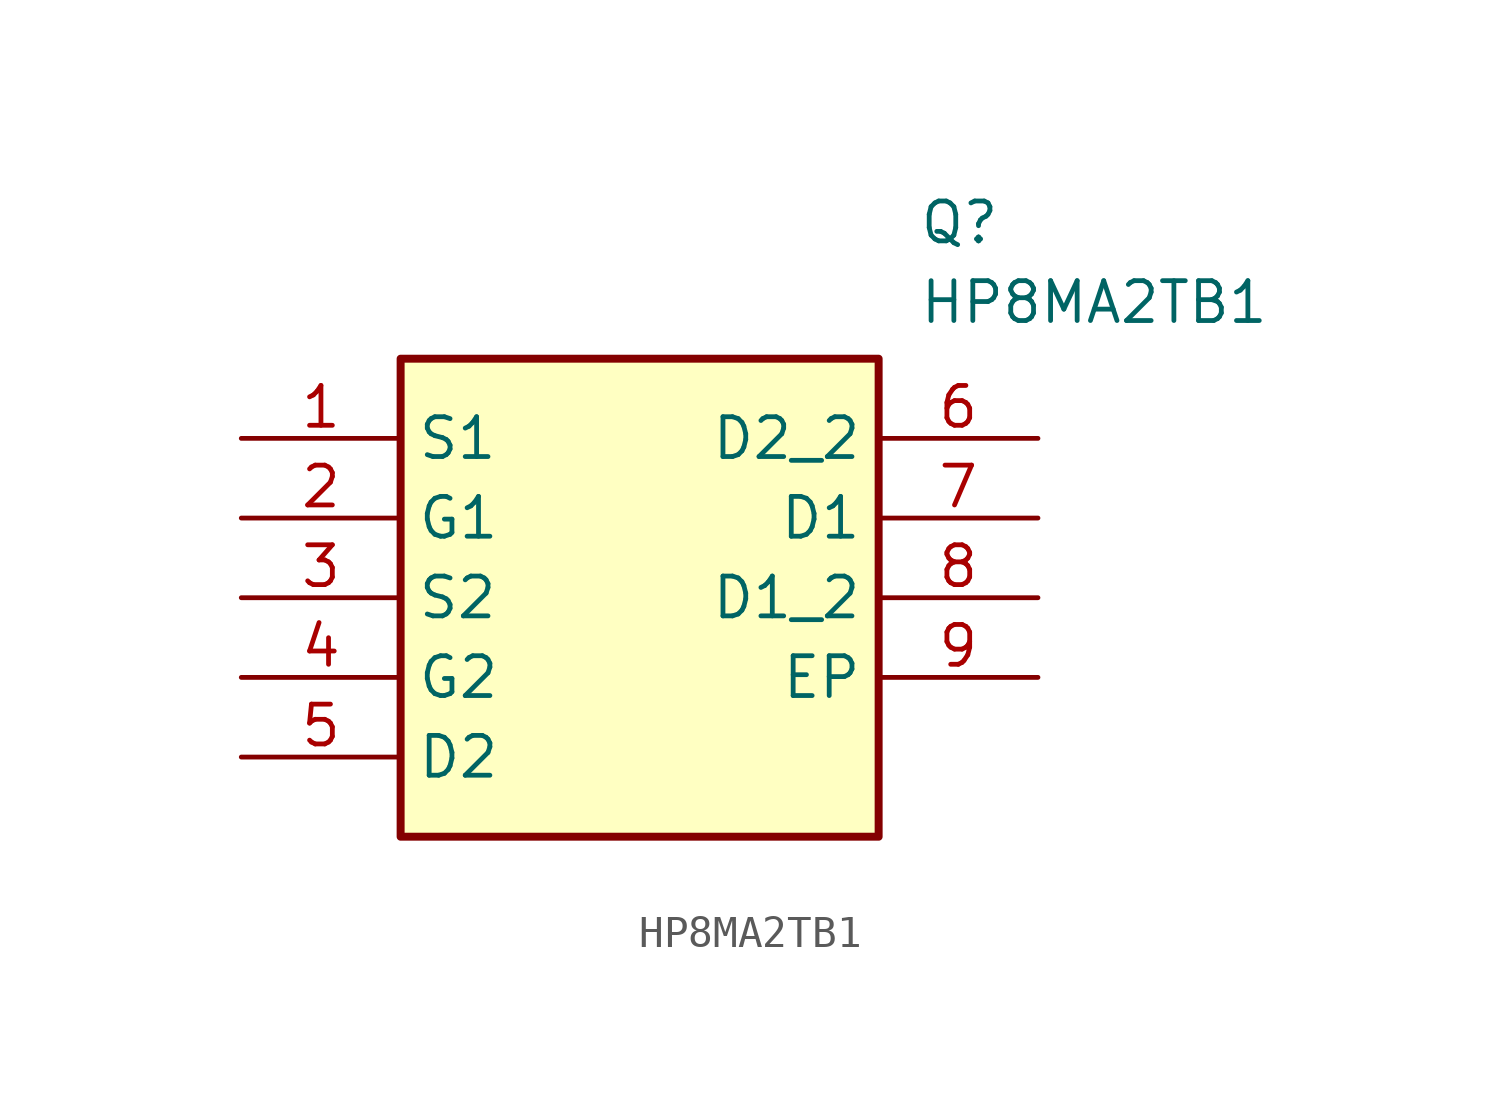
<source format=kicad_sym>
(kicad_symbol_lib
  (version 20211014)
  (generator SamacSys_ECAD_Model)
  (symbol "HP8MA2TB1"
    (property "Reference" "Q"
      (at 21.59 7.62 0)
      (effects (font (size 1.27 1.27)) (justify left top)))
    (property "Value" "HP8MA2TB1"
      (at 21.59 5.08 0)
      (effects (font (size 1.27 1.27)) (justify left top)))
    (rectangle
      (start 5.08 2.54)
      (end 20.32 -12.7)
      (stroke (width 0.254) (type default))
      (fill (type background)))
    (pin passive line
      (at 0 0 0)
      (length 5.08)
      (name "S1" (effects (font (size 1.27 1.27))))
      (number "1" (effects (font (size 1.27 1.27)))))
    (pin passive line
      (at 0 -2.54 0)
      (length 5.08)
      (name "G1" (effects (font (size 1.27 1.27))))
      (number "2" (effects (font (size 1.27 1.27)))))
    (pin passive line
      (at 0 -5.08 0)
      (length 5.08)
      (name "S2" (effects (font (size 1.27 1.27))))
      (number "3" (effects (font (size 1.27 1.27)))))
    (pin passive line
      (at 0 -7.62 0)
      (length 5.08)
      (name "G2" (effects (font (size 1.27 1.27))))
      (number "4" (effects (font (size 1.27 1.27)))))
    (pin passive line
      (at 0 -10.16 0)
      (length 5.08)
      (name "D2" (effects (font (size 1.27 1.27))))
      (number "5" (effects (font (size 1.27 1.27)))))
    (pin passive line
      (at 25.4 0 180)
      (length 5.08)
      (name "D2_2" (effects (font (size 1.27 1.27))))
      (number "6" (effects (font (size 1.27 1.27)))))
    (pin passive line
      (at 25.4 -2.54 180)
      (length 5.08)
      (name "D1" (effects (font (size 1.27 1.27))))
      (number "7" (effects (font (size 1.27 1.27)))))
    (pin passive line
      (at 25.4 -5.08 180)
      (length 5.08)
      (name "D1_2" (effects (font (size 1.27 1.27))))
      (number "8" (effects (font (size 1.27 1.27)))))
    (pin passive line
      (at 25.4 -7.62 180)
      (length 5.08)
      (name "EP" (effects (font (size 1.27 1.27))))
      (number "9" (effects (font (size 1.27 1.27)))))))
</source>
